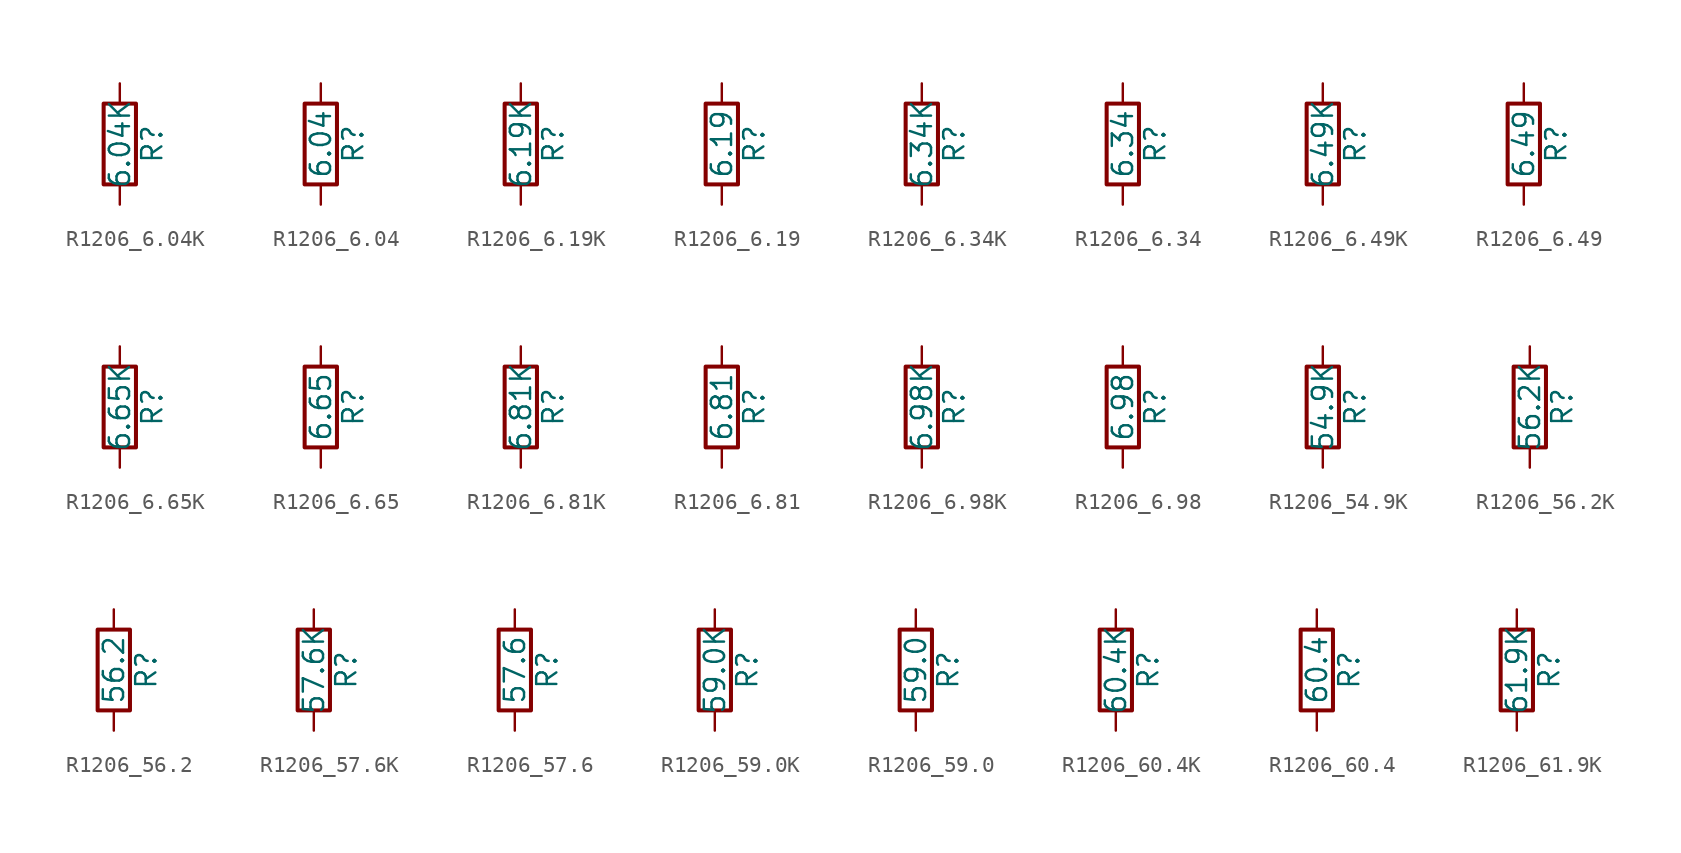
<source format=kicad_sym>
(kicad_symbol_lib
  (version 20211014)
  (generator atlantix-eda)
  (symbol "R1206_6.04K"
    (pin_numbers hide)
    (pin_names
      (offset 0))
    (property "Reference" "R"
      (at 2.032 0 90)
      (effects (font (size 1.27 1.27))))
    (property "Value" "6.04K"
      (at 0 0 90)
      (effects (font (size 1.27 1.27))))
    (symbol "R1206_6.04K_0_1"
      (rectangle (start -1.016 -2.54) (end 1.016 2.54) (stroke (width 0.254) (type default) (color 0 0 0 0)) (fill (type none))))
    (symbol "R1206_6.04K_1_1"
      (pin passive line (at 0 3.81 270) (length 1.27) (name "~" (effects (font (size 1.27 1.27)))) (number "1" (effects (font (size 1.27 1.27)))))
      (pin passive line (at 0 -3.81 90) (length 1.27) (name "~" (effects (font (size 1.27 1.27)))) (number "2" (effects (font (size 1.27 1.27)))))))
  (symbol "R1206_6.04"
    (pin_numbers hide)
    (pin_names
      (offset 0))
    (property "Reference" "R"
      (at 2.032 0 90)
      (effects (font (size 1.27 1.27))))
    (property "Value" "6.04"
      (at 0 0 90)
      (effects (font (size 1.27 1.27))))
    (symbol "R1206_6.04_0_1"
      (rectangle (start -1.016 -2.54) (end 1.016 2.54) (stroke (width 0.254) (type default) (color 0 0 0 0)) (fill (type none))))
    (symbol "R1206_6.04_1_1"
      (pin passive line (at 0 3.81 270) (length 1.27) (name "~" (effects (font (size 1.27 1.27)))) (number "1" (effects (font (size 1.27 1.27)))))
      (pin passive line (at 0 -3.81 90) (length 1.27) (name "~" (effects (font (size 1.27 1.27)))) (number "2" (effects (font (size 1.27 1.27)))))))
  (symbol "R1206_6.19K"
    (pin_numbers hide)
    (pin_names
      (offset 0))
    (property "Reference" "R"
      (at 2.032 0 90)
      (effects (font (size 1.27 1.27))))
    (property "Value" "6.19K"
      (at 0 0 90)
      (effects (font (size 1.27 1.27))))
    (symbol "R1206_6.19K_0_1"
      (rectangle (start -1.016 -2.54) (end 1.016 2.54) (stroke (width 0.254) (type default) (color 0 0 0 0)) (fill (type none))))
    (symbol "R1206_6.19K_1_1"
      (pin passive line (at 0 3.81 270) (length 1.27) (name "~" (effects (font (size 1.27 1.27)))) (number "1" (effects (font (size 1.27 1.27)))))
      (pin passive line (at 0 -3.81 90) (length 1.27) (name "~" (effects (font (size 1.27 1.27)))) (number "2" (effects (font (size 1.27 1.27)))))))
  (symbol "R1206_6.19"
    (pin_numbers hide)
    (pin_names
      (offset 0))
    (property "Reference" "R"
      (at 2.032 0 90)
      (effects (font (size 1.27 1.27))))
    (property "Value" "6.19"
      (at 0 0 90)
      (effects (font (size 1.27 1.27))))
    (symbol "R1206_6.19_0_1"
      (rectangle (start -1.016 -2.54) (end 1.016 2.54) (stroke (width 0.254) (type default) (color 0 0 0 0)) (fill (type none))))
    (symbol "R1206_6.19_1_1"
      (pin passive line (at 0 3.81 270) (length 1.27) (name "~" (effects (font (size 1.27 1.27)))) (number "1" (effects (font (size 1.27 1.27)))))
      (pin passive line (at 0 -3.81 90) (length 1.27) (name "~" (effects (font (size 1.27 1.27)))) (number "2" (effects (font (size 1.27 1.27)))))))
  (symbol "R1206_6.34K"
    (pin_numbers hide)
    (pin_names
      (offset 0))
    (property "Reference" "R"
      (at 2.032 0 90)
      (effects (font (size 1.27 1.27))))
    (property "Value" "6.34K"
      (at 0 0 90)
      (effects (font (size 1.27 1.27))))
    (symbol "R1206_6.34K_0_1"
      (rectangle (start -1.016 -2.54) (end 1.016 2.54) (stroke (width 0.254) (type default) (color 0 0 0 0)) (fill (type none))))
    (symbol "R1206_6.34K_1_1"
      (pin passive line (at 0 3.81 270) (length 1.27) (name "~" (effects (font (size 1.27 1.27)))) (number "1" (effects (font (size 1.27 1.27)))))
      (pin passive line (at 0 -3.81 90) (length 1.27) (name "~" (effects (font (size 1.27 1.27)))) (number "2" (effects (font (size 1.27 1.27)))))))
  (symbol "R1206_6.34"
    (pin_numbers hide)
    (pin_names
      (offset 0))
    (property "Reference" "R"
      (at 2.032 0 90)
      (effects (font (size 1.27 1.27))))
    (property "Value" "6.34"
      (at 0 0 90)
      (effects (font (size 1.27 1.27))))
    (symbol "R1206_6.34_0_1"
      (rectangle (start -1.016 -2.54) (end 1.016 2.54) (stroke (width 0.254) (type default) (color 0 0 0 0)) (fill (type none))))
    (symbol "R1206_6.34_1_1"
      (pin passive line (at 0 3.81 270) (length 1.27) (name "~" (effects (font (size 1.27 1.27)))) (number "1" (effects (font (size 1.27 1.27)))))
      (pin passive line (at 0 -3.81 90) (length 1.27) (name "~" (effects (font (size 1.27 1.27)))) (number "2" (effects (font (size 1.27 1.27)))))))
  (symbol "R1206_6.49K"
    (pin_numbers hide)
    (pin_names
      (offset 0))
    (property "Reference" "R"
      (at 2.032 0 90)
      (effects (font (size 1.27 1.27))))
    (property "Value" "6.49K"
      (at 0 0 90)
      (effects (font (size 1.27 1.27))))
    (symbol "R1206_6.49K_0_1"
      (rectangle (start -1.016 -2.54) (end 1.016 2.54) (stroke (width 0.254) (type default) (color 0 0 0 0)) (fill (type none))))
    (symbol "R1206_6.49K_1_1"
      (pin passive line (at 0 3.81 270) (length 1.27) (name "~" (effects (font (size 1.27 1.27)))) (number "1" (effects (font (size 1.27 1.27)))))
      (pin passive line (at 0 -3.81 90) (length 1.27) (name "~" (effects (font (size 1.27 1.27)))) (number "2" (effects (font (size 1.27 1.27)))))))
  (symbol "R1206_6.49"
    (pin_numbers hide)
    (pin_names
      (offset 0))
    (property "Reference" "R"
      (at 2.032 0 90)
      (effects (font (size 1.27 1.27))))
    (property "Value" "6.49"
      (at 0 0 90)
      (effects (font (size 1.27 1.27))))
    (symbol "R1206_6.49_0_1"
      (rectangle (start -1.016 -2.54) (end 1.016 2.54) (stroke (width 0.254) (type default) (color 0 0 0 0)) (fill (type none))))
    (symbol "R1206_6.49_1_1"
      (pin passive line (at 0 3.81 270) (length 1.27) (name "~" (effects (font (size 1.27 1.27)))) (number "1" (effects (font (size 1.27 1.27)))))
      (pin passive line (at 0 -3.81 90) (length 1.27) (name "~" (effects (font (size 1.27 1.27)))) (number "2" (effects (font (size 1.27 1.27)))))))
  (symbol "R1206_6.65K"
    (pin_numbers hide)
    (pin_names
      (offset 0))
    (property "Reference" "R"
      (at 2.032 0 90)
      (effects (font (size 1.27 1.27))))
    (property "Value" "6.65K"
      (at 0 0 90)
      (effects (font (size 1.27 1.27))))
    (symbol "R1206_6.65K_0_1"
      (rectangle (start -1.016 -2.54) (end 1.016 2.54) (stroke (width 0.254) (type default) (color 0 0 0 0)) (fill (type none))))
    (symbol "R1206_6.65K_1_1"
      (pin passive line (at 0 3.81 270) (length 1.27) (name "~" (effects (font (size 1.27 1.27)))) (number "1" (effects (font (size 1.27 1.27)))))
      (pin passive line (at 0 -3.81 90) (length 1.27) (name "~" (effects (font (size 1.27 1.27)))) (number "2" (effects (font (size 1.27 1.27)))))))
  (symbol "R1206_6.65"
    (pin_numbers hide)
    (pin_names
      (offset 0))
    (property "Reference" "R"
      (at 2.032 0 90)
      (effects (font (size 1.27 1.27))))
    (property "Value" "6.65"
      (at 0 0 90)
      (effects (font (size 1.27 1.27))))
    (symbol "R1206_6.65_0_1"
      (rectangle (start -1.016 -2.54) (end 1.016 2.54) (stroke (width 0.254) (type default) (color 0 0 0 0)) (fill (type none))))
    (symbol "R1206_6.65_1_1"
      (pin passive line (at 0 3.81 270) (length 1.27) (name "~" (effects (font (size 1.27 1.27)))) (number "1" (effects (font (size 1.27 1.27)))))
      (pin passive line (at 0 -3.81 90) (length 1.27) (name "~" (effects (font (size 1.27 1.27)))) (number "2" (effects (font (size 1.27 1.27)))))))
  (symbol "R1206_6.81K"
    (pin_numbers hide)
    (pin_names
      (offset 0))
    (property "Reference" "R"
      (at 2.032 0 90)
      (effects (font (size 1.27 1.27))))
    (property "Value" "6.81K"
      (at 0 0 90)
      (effects (font (size 1.27 1.27))))
    (symbol "R1206_6.81K_0_1"
      (rectangle (start -1.016 -2.54) (end 1.016 2.54) (stroke (width 0.254) (type default) (color 0 0 0 0)) (fill (type none))))
    (symbol "R1206_6.81K_1_1"
      (pin passive line (at 0 3.81 270) (length 1.27) (name "~" (effects (font (size 1.27 1.27)))) (number "1" (effects (font (size 1.27 1.27)))))
      (pin passive line (at 0 -3.81 90) (length 1.27) (name "~" (effects (font (size 1.27 1.27)))) (number "2" (effects (font (size 1.27 1.27)))))))
  (symbol "R1206_6.81"
    (pin_numbers hide)
    (pin_names
      (offset 0))
    (property "Reference" "R"
      (at 2.032 0 90)
      (effects (font (size 1.27 1.27))))
    (property "Value" "6.81"
      (at 0 0 90)
      (effects (font (size 1.27 1.27))))
    (symbol "R1206_6.81_0_1"
      (rectangle (start -1.016 -2.54) (end 1.016 2.54) (stroke (width 0.254) (type default) (color 0 0 0 0)) (fill (type none))))
    (symbol "R1206_6.81_1_1"
      (pin passive line (at 0 3.81 270) (length 1.27) (name "~" (effects (font (size 1.27 1.27)))) (number "1" (effects (font (size 1.27 1.27)))))
      (pin passive line (at 0 -3.81 90) (length 1.27) (name "~" (effects (font (size 1.27 1.27)))) (number "2" (effects (font (size 1.27 1.27)))))))
  (symbol "R1206_6.98K"
    (pin_numbers hide)
    (pin_names
      (offset 0))
    (property "Reference" "R"
      (at 2.032 0 90)
      (effects (font (size 1.27 1.27))))
    (property "Value" "6.98K"
      (at 0 0 90)
      (effects (font (size 1.27 1.27))))
    (symbol "R1206_6.98K_0_1"
      (rectangle (start -1.016 -2.54) (end 1.016 2.54) (stroke (width 0.254) (type default) (color 0 0 0 0)) (fill (type none))))
    (symbol "R1206_6.98K_1_1"
      (pin passive line (at 0 3.81 270) (length 1.27) (name "~" (effects (font (size 1.27 1.27)))) (number "1" (effects (font (size 1.27 1.27)))))
      (pin passive line (at 0 -3.81 90) (length 1.27) (name "~" (effects (font (size 1.27 1.27)))) (number "2" (effects (font (size 1.27 1.27)))))))
  (symbol "R1206_6.98"
    (pin_numbers hide)
    (pin_names
      (offset 0))
    (property "Reference" "R"
      (at 2.032 0 90)
      (effects (font (size 1.27 1.27))))
    (property "Value" "6.98"
      (at 0 0 90)
      (effects (font (size 1.27 1.27))))
    (symbol "R1206_6.98_0_1"
      (rectangle (start -1.016 -2.54) (end 1.016 2.54) (stroke (width 0.254) (type default) (color 0 0 0 0)) (fill (type none))))
    (symbol "R1206_6.98_1_1"
      (pin passive line (at 0 3.81 270) (length 1.27) (name "~" (effects (font (size 1.27 1.27)))) (number "1" (effects (font (size 1.27 1.27)))))
      (pin passive line (at 0 -3.81 90) (length 1.27) (name "~" (effects (font (size 1.27 1.27)))) (number "2" (effects (font (size 1.27 1.27)))))))
  (symbol "R1206_54.9K"
    (pin_numbers hide)
    (pin_names
      (offset 0))
    (property "Reference" "R"
      (at 2.032 0 90)
      (effects (font (size 1.27 1.27))))
    (property "Value" "54.9K"
      (at 0 0 90)
      (effects (font (size 1.27 1.27))))
    (symbol "R1206_54.9K_0_1"
      (rectangle (start -1.016 -2.54) (end 1.016 2.54) (stroke (width 0.254) (type default) (color 0 0 0 0)) (fill (type none))))
    (symbol "R1206_54.9K_1_1"
      (pin passive line (at 0 3.81 270) (length 1.27) (name "~" (effects (font (size 1.27 1.27)))) (number "1" (effects (font (size 1.27 1.27)))))
      (pin passive line (at 0 -3.81 90) (length 1.27) (name "~" (effects (font (size 1.27 1.27)))) (number "2" (effects (font (size 1.27 1.27)))))))
  (symbol "R1206_56.2K"
    (pin_numbers hide)
    (pin_names
      (offset 0))
    (property "Reference" "R"
      (at 2.032 0 90)
      (effects (font (size 1.27 1.27))))
    (property "Value" "56.2K"
      (at 0 0 90)
      (effects (font (size 1.27 1.27))))
    (symbol "R1206_56.2K_0_1"
      (rectangle (start -1.016 -2.54) (end 1.016 2.54) (stroke (width 0.254) (type default) (color 0 0 0 0)) (fill (type none))))
    (symbol "R1206_56.2K_1_1"
      (pin passive line (at 0 3.81 270) (length 1.27) (name "~" (effects (font (size 1.27 1.27)))) (number "1" (effects (font (size 1.27 1.27)))))
      (pin passive line (at 0 -3.81 90) (length 1.27) (name "~" (effects (font (size 1.27 1.27)))) (number "2" (effects (font (size 1.27 1.27)))))))
  (symbol "R1206_56.2"
    (pin_numbers hide)
    (pin_names
      (offset 0))
    (property "Reference" "R"
      (at 2.032 0 90)
      (effects (font (size 1.27 1.27))))
    (property "Value" "56.2"
      (at 0 0 90)
      (effects (font (size 1.27 1.27))))
    (symbol "R1206_56.2_0_1"
      (rectangle (start -1.016 -2.54) (end 1.016 2.54) (stroke (width 0.254) (type default) (color 0 0 0 0)) (fill (type none))))
    (symbol "R1206_56.2_1_1"
      (pin passive line (at 0 3.81 270) (length 1.27) (name "~" (effects (font (size 1.27 1.27)))) (number "1" (effects (font (size 1.27 1.27)))))
      (pin passive line (at 0 -3.81 90) (length 1.27) (name "~" (effects (font (size 1.27 1.27)))) (number "2" (effects (font (size 1.27 1.27)))))))
  (symbol "R1206_57.6K"
    (pin_numbers hide)
    (pin_names
      (offset 0))
    (property "Reference" "R"
      (at 2.032 0 90)
      (effects (font (size 1.27 1.27))))
    (property "Value" "57.6K"
      (at 0 0 90)
      (effects (font (size 1.27 1.27))))
    (symbol "R1206_57.6K_0_1"
      (rectangle (start -1.016 -2.54) (end 1.016 2.54) (stroke (width 0.254) (type default) (color 0 0 0 0)) (fill (type none))))
    (symbol "R1206_57.6K_1_1"
      (pin passive line (at 0 3.81 270) (length 1.27) (name "~" (effects (font (size 1.27 1.27)))) (number "1" (effects (font (size 1.27 1.27)))))
      (pin passive line (at 0 -3.81 90) (length 1.27) (name "~" (effects (font (size 1.27 1.27)))) (number "2" (effects (font (size 1.27 1.27)))))))
  (symbol "R1206_57.6"
    (pin_numbers hide)
    (pin_names
      (offset 0))
    (property "Reference" "R"
      (at 2.032 0 90)
      (effects (font (size 1.27 1.27))))
    (property "Value" "57.6"
      (at 0 0 90)
      (effects (font (size 1.27 1.27))))
    (symbol "R1206_57.6_0_1"
      (rectangle (start -1.016 -2.54) (end 1.016 2.54) (stroke (width 0.254) (type default) (color 0 0 0 0)) (fill (type none))))
    (symbol "R1206_57.6_1_1"
      (pin passive line (at 0 3.81 270) (length 1.27) (name "~" (effects (font (size 1.27 1.27)))) (number "1" (effects (font (size 1.27 1.27)))))
      (pin passive line (at 0 -3.81 90) (length 1.27) (name "~" (effects (font (size 1.27 1.27)))) (number "2" (effects (font (size 1.27 1.27)))))))
  (symbol "R1206_59.0K"
    (pin_numbers hide)
    (pin_names
      (offset 0))
    (property "Reference" "R"
      (at 2.032 0 90)
      (effects (font (size 1.27 1.27))))
    (property "Value" "59.0K"
      (at 0 0 90)
      (effects (font (size 1.27 1.27))))
    (symbol "R1206_59.0K_0_1"
      (rectangle (start -1.016 -2.54) (end 1.016 2.54) (stroke (width 0.254) (type default) (color 0 0 0 0)) (fill (type none))))
    (symbol "R1206_59.0K_1_1"
      (pin passive line (at 0 3.81 270) (length 1.27) (name "~" (effects (font (size 1.27 1.27)))) (number "1" (effects (font (size 1.27 1.27)))))
      (pin passive line (at 0 -3.81 90) (length 1.27) (name "~" (effects (font (size 1.27 1.27)))) (number "2" (effects (font (size 1.27 1.27)))))))
  (symbol "R1206_59.0"
    (pin_numbers hide)
    (pin_names
      (offset 0))
    (property "Reference" "R"
      (at 2.032 0 90)
      (effects (font (size 1.27 1.27))))
    (property "Value" "59.0"
      (at 0 0 90)
      (effects (font (size 1.27 1.27))))
    (symbol "R1206_59.0_0_1"
      (rectangle (start -1.016 -2.54) (end 1.016 2.54) (stroke (width 0.254) (type default) (color 0 0 0 0)) (fill (type none))))
    (symbol "R1206_59.0_1_1"
      (pin passive line (at 0 3.81 270) (length 1.27) (name "~" (effects (font (size 1.27 1.27)))) (number "1" (effects (font (size 1.27 1.27)))))
      (pin passive line (at 0 -3.81 90) (length 1.27) (name "~" (effects (font (size 1.27 1.27)))) (number "2" (effects (font (size 1.27 1.27)))))))
  (symbol "R1206_60.4K"
    (pin_numbers hide)
    (pin_names
      (offset 0))
    (property "Reference" "R"
      (at 2.032 0 90)
      (effects (font (size 1.27 1.27))))
    (property "Value" "60.4K"
      (at 0 0 90)
      (effects (font (size 1.27 1.27))))
    (symbol "R1206_60.4K_0_1"
      (rectangle (start -1.016 -2.54) (end 1.016 2.54) (stroke (width 0.254) (type default) (color 0 0 0 0)) (fill (type none))))
    (symbol "R1206_60.4K_1_1"
      (pin passive line (at 0 3.81 270) (length 1.27) (name "~" (effects (font (size 1.27 1.27)))) (number "1" (effects (font (size 1.27 1.27)))))
      (pin passive line (at 0 -3.81 90) (length 1.27) (name "~" (effects (font (size 1.27 1.27)))) (number "2" (effects (font (size 1.27 1.27)))))))
  (symbol "R1206_60.4"
    (pin_numbers hide)
    (pin_names
      (offset 0))
    (property "Reference" "R"
      (at 2.032 0 90)
      (effects (font (size 1.27 1.27))))
    (property "Value" "60.4"
      (at 0 0 90)
      (effects (font (size 1.27 1.27))))
    (symbol "R1206_60.4_0_1"
      (rectangle (start -1.016 -2.54) (end 1.016 2.54) (stroke (width 0.254) (type default) (color 0 0 0 0)) (fill (type none))))
    (symbol "R1206_60.4_1_1"
      (pin passive line (at 0 3.81 270) (length 1.27) (name "~" (effects (font (size 1.27 1.27)))) (number "1" (effects (font (size 1.27 1.27)))))
      (pin passive line (at 0 -3.81 90) (length 1.27) (name "~" (effects (font (size 1.27 1.27)))) (number "2" (effects (font (size 1.27 1.27)))))))
  (symbol "R1206_61.9K"
    (pin_numbers hide)
    (pin_names
      (offset 0))
    (property "Reference" "R"
      (at 2.032 0 90)
      (effects (font (size 1.27 1.27))))
    (property "Value" "61.9K"
      (at 0 0 90)
      (effects (font (size 1.27 1.27))))
    (symbol "R1206_61.9K_0_1"
      (rectangle (start -1.016 -2.54) (end 1.016 2.54) (stroke (width 0.254) (type default) (color 0 0 0 0)) (fill (type none))))
    (symbol "R1206_61.9K_1_1"
      (pin passive line (at 0 3.81 270) (length 1.27) (name "~" (effects (font (size 1.27 1.27)))) (number "1" (effects (font (size 1.27 1.27)))))
      (pin passive line (at 0 -3.81 90) (length 1.27) (name "~" (effects (font (size 1.27 1.27)))) (number "2" (effects (font (size 1.27 1.27))))))))
</source>
